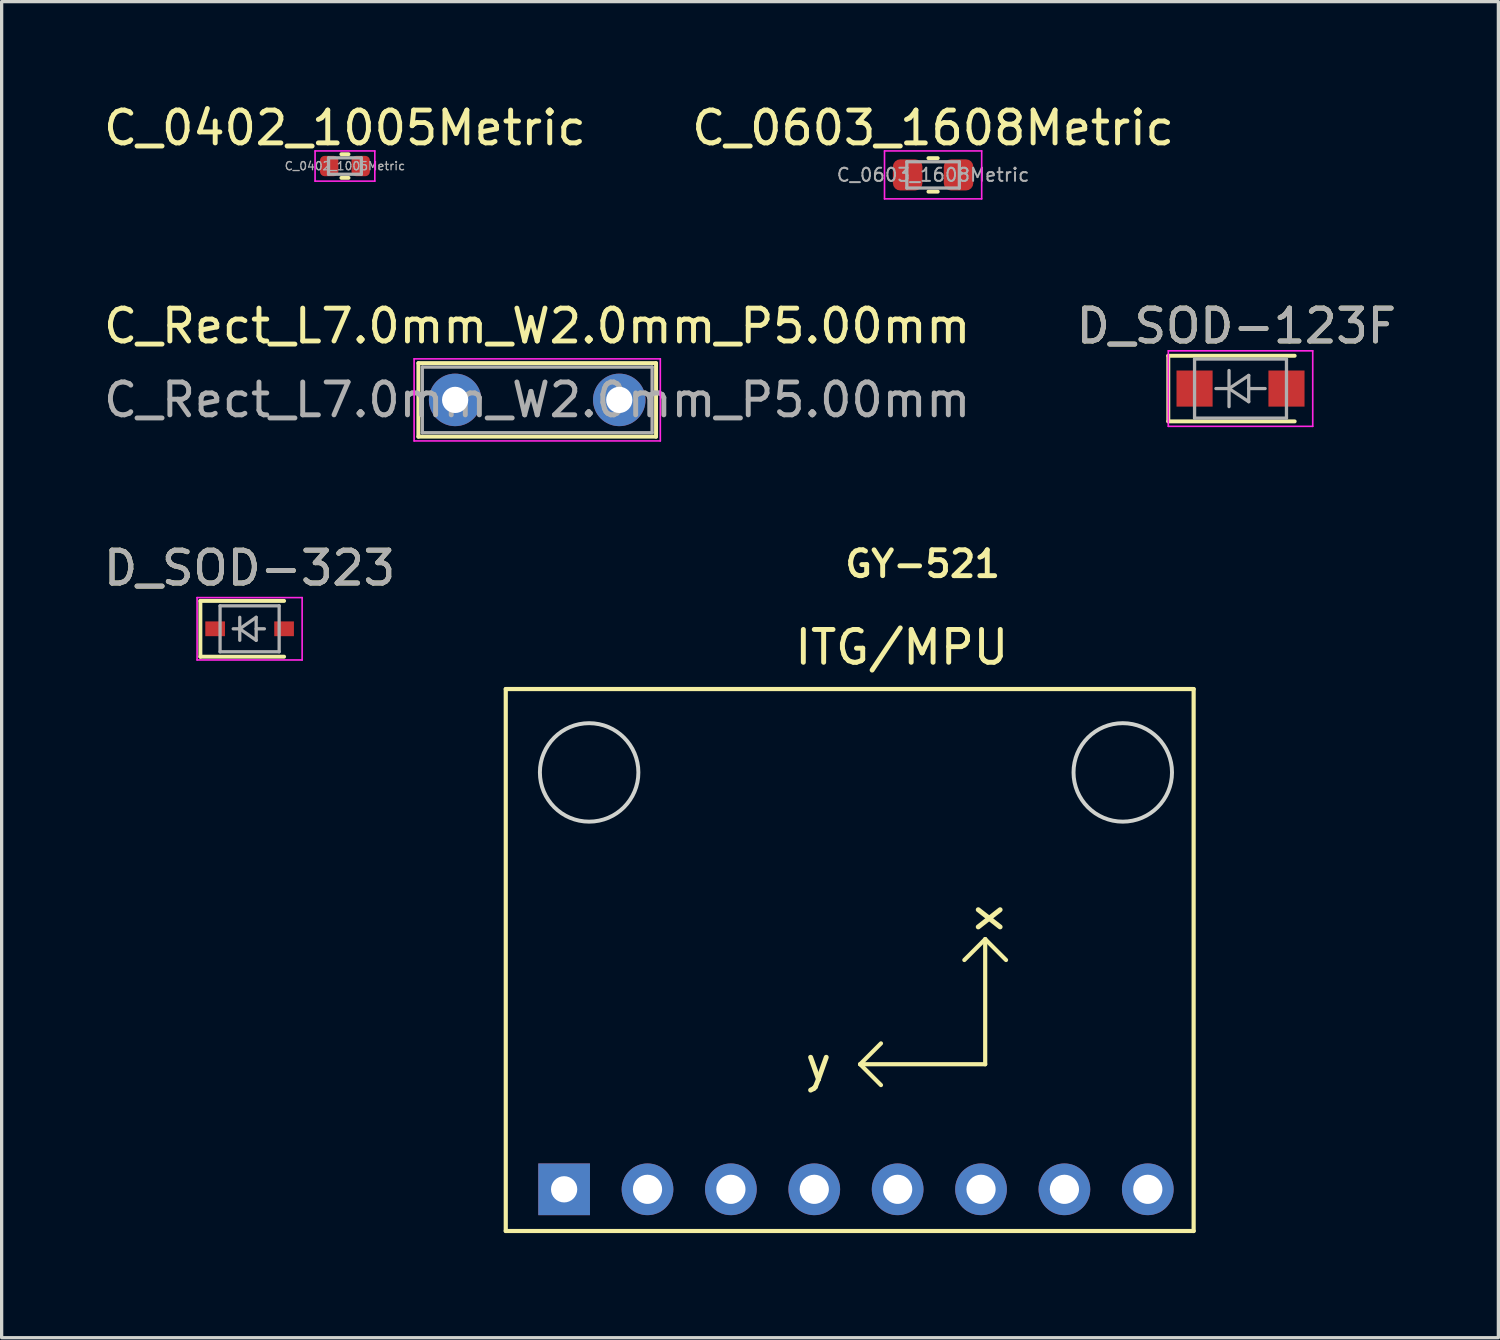
<source format=kicad_pcb>
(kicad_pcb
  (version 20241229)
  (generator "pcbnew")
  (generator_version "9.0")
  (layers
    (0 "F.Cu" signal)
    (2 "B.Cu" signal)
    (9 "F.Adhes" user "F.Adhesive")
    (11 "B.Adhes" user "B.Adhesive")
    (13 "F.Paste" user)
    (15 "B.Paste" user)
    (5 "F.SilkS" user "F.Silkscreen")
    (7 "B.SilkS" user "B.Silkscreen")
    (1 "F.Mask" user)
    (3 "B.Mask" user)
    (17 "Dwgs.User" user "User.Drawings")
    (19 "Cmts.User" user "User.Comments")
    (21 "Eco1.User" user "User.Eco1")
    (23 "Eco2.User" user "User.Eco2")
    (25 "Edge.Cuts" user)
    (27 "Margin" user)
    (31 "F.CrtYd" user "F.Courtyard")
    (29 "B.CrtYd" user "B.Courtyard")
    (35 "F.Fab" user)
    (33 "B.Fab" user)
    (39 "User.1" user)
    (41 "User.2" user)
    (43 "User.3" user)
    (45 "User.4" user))
  (footprint "GY-521"
    (layer "F.Cu")
    (at 12.357 34.45)
    (property "Reference" "GY-521" (at 12.7 -20.32 180) (layer "F.SilkS") (effects (font (size 0.787 0.787) (thickness 0.15))))
    (attr through_hole)
    (fp_line (start 0 -16.51) (end 20.955 -16.51) (stroke (width 0.127) (type solid)) (layer "F.SilkS"))
    (fp_line (start 0 0) (end 0 -16.51) (stroke (width 0.127) (type solid)) (layer "F.SilkS"))
    (fp_line (start 10.795 -5.08) (end 11.43 -5.715) (stroke (width 0.127) (type solid)) (layer "F.SilkS"))
    (fp_line (start 10.795 -5.08) (end 11.43 -4.445) (stroke (width 0.127) (type solid)) (layer "F.SilkS"))
    (fp_line (start 14.605 -8.89) (end 13.97 -8.255) (stroke (width 0.127) (type solid)) (layer "F.SilkS"))
    (fp_line (start 14.605 -8.89) (end 15.24 -8.255) (stroke (width 0.127) (type solid)) (layer "F.SilkS"))
    (fp_line (start 14.605 -5.08) (end 10.795 -5.08) (stroke (width 0.127) (type solid)) (layer "F.SilkS"))
    (fp_line (start 14.605 -5.08) (end 14.605 -8.89) (stroke (width 0.127) (type solid)) (layer "F.SilkS"))
    (fp_line (start 20.955 -16.51) (end 20.955 0) (stroke (width 0.127) (type solid)) (layer "F.SilkS"))
    (fp_line (start 20.955 0) (end 0 0) (stroke (width 0.127) (type solid)) (layer "F.SilkS"))
    (fp_circle (center 2.54 -13.97) (end 4.04 -13.97) (stroke (width 0.12) (type solid)) (fill no) (layer "Edge.Cuts"))
    (fp_circle (center 18.796 -13.97) (end 20.296 -13.97) (stroke (width 0.12) (type solid)) (fill no) (layer "Edge.Cuts"))
    (fp_text user "y" (at 9.525 -5.08 0) (layer "F.SilkS") (effects (font (size 1 1) (thickness 0.15))))
    (fp_text user "x" (at 14.605 -9.525 90) (layer "F.SilkS") (effects (font (size 1 1) (thickness 0.15))))
    (fp_text user "ITG/MPU" (at 12.065 -17.78 180) (layer "F.SilkS") (effects (font (size 1 1) (thickness 0.15))))
    (pad "1" thru_hole rect (at 1.778 -1.27 90) (size 1.575 1.575) (drill 0.8) (layers "*.Cu" "*.Mask"))
    (pad "2" thru_hole circle (at 4.318 -1.27 90) (size 1.575 1.575) (drill 0.889) (layers "*.Cu" "*.Mask"))
    (pad "3" thru_hole circle (at 6.858 -1.27 90) (size 1.575 1.575) (drill 0.889) (layers "*.Cu" "*.Mask"))
    (pad "4" thru_hole circle (at 9.398 -1.27 90) (size 1.575 1.575) (drill 0.889) (layers "*.Cu" "*.Mask"))
    (pad "5" thru_hole circle (at 11.938 -1.27 90) (size 1.575 1.575) (drill 0.889) (layers "*.Cu" "*.Mask"))
    (pad "6" thru_hole circle (at 14.478 -1.27 90) (size 1.575 1.575) (drill 0.889) (layers "*.Cu" "*.Mask"))
    (pad "7" thru_hole circle (at 17.018 -1.27 90) (size 1.575 1.575) (drill 0.889) (layers "*.Cu" "*.Mask"))
    (pad "8" thru_hole circle (at 19.558 -1.27 90) (size 1.575 1.575) (drill 0.889) (layers "*.Cu" "*.Mask")))
  (footprint "D_SOD-123F"
    (layer "F.Cu")
    (at 34.74 8.787)
    (property "Reference" "D_SOD-123F" (at -0.127 -1.905 0) (layer "F.SilkS") (effects (font (size 1 1) (thickness 0.15))))
    (attr smd)
    (fp_line (start -2.2 -1) (end -2.2 1) (stroke (width 0.12) (type solid)) (layer "F.SilkS"))
    (fp_line (start -2.2 -1) (end 1.65 -1) (stroke (width 0.12) (type solid)) (layer "F.SilkS"))
    (fp_line (start -2.2 1) (end 1.65 1) (stroke (width 0.12) (type solid)) (layer "F.SilkS"))
    (fp_line (start -2.2 -1.15) (end -2.2 1.15) (stroke (width 0.05) (type solid)) (layer "F.CrtYd"))
    (fp_line (start -2.2 -1.15) (end 2.2 -1.15) (stroke (width 0.05) (type solid)) (layer "F.CrtYd"))
    (fp_line (start 2.2 -1.15) (end 2.2 1.15) (stroke (width 0.05) (type solid)) (layer "F.CrtYd"))
    (fp_line (start 2.2 1.15) (end -2.2 1.15) (stroke (width 0.05) (type solid)) (layer "F.CrtYd"))
    (fp_line (start -1.4 -0.9) (end 1.4 -0.9) (stroke (width 0.1) (type solid)) (layer "F.Fab"))
    (fp_line (start -1.4 0.9) (end -1.4 -0.9) (stroke (width 0.1) (type solid)) (layer "F.Fab"))
    (fp_line (start -0.75 0) (end -0.35 0) (stroke (width 0.1) (type solid)) (layer "F.Fab"))
    (fp_line (start -0.35 0) (end -0.35 -0.55) (stroke (width 0.1) (type solid)) (layer "F.Fab"))
    (fp_line (start -0.35 0) (end -0.35 0.55) (stroke (width 0.1) (type solid)) (layer "F.Fab"))
    (fp_line (start -0.35 0) (end 0.25 -0.4) (stroke (width 0.1) (type solid)) (layer "F.Fab"))
    (fp_line (start 0.25 -0.4) (end 0.25 0.4) (stroke (width 0.1) (type solid)) (layer "F.Fab"))
    (fp_line (start 0.25 0) (end 0.75 0) (stroke (width 0.1) (type solid)) (layer "F.Fab"))
    (fp_line (start 0.25 0.4) (end -0.35 0) (stroke (width 0.1) (type solid)) (layer "F.Fab"))
    (fp_line (start 1.4 -0.9) (end 1.4 0.9) (stroke (width 0.1) (type solid)) (layer "F.Fab"))
    (fp_line (start 1.4 0.9) (end -1.4 0.9) (stroke (width 0.1) (type solid)) (layer "F.Fab"))
    (fp_text user "${REFERENCE}" (at -0.127 -1.905 0) (layer "F.Fab") (effects (font (size 1 1) (thickness 0.15))))
    (pad "1" smd rect (at -1.4 0) (size 1.1 1.1) (layers "F.Cu" "F.Mask" "F.Paste"))
    (pad "2" smd rect (at 1.4 0) (size 1.1 1.1) (layers "F.Cu" "F.Mask" "F.Paste")))
  (footprint "C_0603_1608Metric"
    (layer "F.Cu")
    (at 25.375 2.278)
    (property "Reference" "C_0603_1608Metric" (at 0 -1.43 0) (layer "F.SilkS") (effects (font (size 1 1) (thickness 0.15))))
    (attr smd)
    (fp_line (start -0.141 -0.51) (end 0.141 -0.51) (stroke (width 0.12) (type solid)) (layer "F.SilkS"))
    (fp_line (start -0.141 0.51) (end 0.141 0.51) (stroke (width 0.12) (type solid)) (layer "F.SilkS"))
    (fp_line (start -1.48 -0.73) (end 1.48 -0.73) (stroke (width 0.05) (type solid)) (layer "F.CrtYd"))
    (fp_line (start -1.48 0.73) (end -1.48 -0.73) (stroke (width 0.05) (type solid)) (layer "F.CrtYd"))
    (fp_line (start 1.48 -0.73) (end 1.48 0.73) (stroke (width 0.05) (type solid)) (layer "F.CrtYd"))
    (fp_line (start 1.48 0.73) (end -1.48 0.73) (stroke (width 0.05) (type solid)) (layer "F.CrtYd"))
    (fp_line (start -0.8 -0.4) (end 0.8 -0.4) (stroke (width 0.1) (type solid)) (layer "F.Fab"))
    (fp_line (start -0.8 0.4) (end -0.8 -0.4) (stroke (width 0.1) (type solid)) (layer "F.Fab"))
    (fp_line (start 0.8 -0.4) (end 0.8 0.4) (stroke (width 0.1) (type solid)) (layer "F.Fab"))
    (fp_line (start 0.8 0.4) (end -0.8 0.4) (stroke (width 0.1) (type solid)) (layer "F.Fab"))
    (fp_text user "${REFERENCE}" (at 0 0 0) (layer "F.Fab") (effects (font (size 0.4 0.4) (thickness 0.06))))
    (pad "1" smd roundrect (at -0.775 0) (size 0.9 0.95) (layers "F.Cu" "F.Mask" "F.Paste") (roundrect_rratio 0.25))
    (pad "2" smd roundrect (at 0.775 0) (size 0.9 0.95) (layers "F.Cu" "F.Mask" "F.Paste") (roundrect_rratio 0.25)))
  (footprint "C_Rect_L7.0mm_W2.0mm_P5.00mm"
    (layer "F.Cu")
    (at 10.815 9.132)
    (property "Reference" "C_Rect_L7.0mm_W2.0mm_P5.00mm" (at 2.5 -2.25 0) (layer "F.SilkS") (effects (font (size 1 1) (thickness 0.15))))
    (attr through_hole)
    (fp_line (start -1.12 -1.12) (end -1.12 1.12) (stroke (width 0.12) (type solid)) (layer "F.SilkS"))
    (fp_line (start -1.12 -1.12) (end 6.12 -1.12) (stroke (width 0.12) (type solid)) (layer "F.SilkS"))
    (fp_line (start -1.12 1.12) (end 6.12 1.12) (stroke (width 0.12) (type solid)) (layer "F.SilkS"))
    (fp_line (start 6.12 -1.12) (end 6.12 1.12) (stroke (width 0.12) (type solid)) (layer "F.SilkS"))
    (fp_line (start -1.25 -1.25) (end -1.25 1.25) (stroke (width 0.05) (type solid)) (layer "F.CrtYd"))
    (fp_line (start -1.25 1.25) (end 6.25 1.25) (stroke (width 0.05) (type solid)) (layer "F.CrtYd"))
    (fp_line (start 6.25 -1.25) (end -1.25 -1.25) (stroke (width 0.05) (type solid)) (layer "F.CrtYd"))
    (fp_line (start 6.25 1.25) (end 6.25 -1.25) (stroke (width 0.05) (type solid)) (layer "F.CrtYd"))
    (fp_line (start -1 -1) (end -1 1) (stroke (width 0.1) (type solid)) (layer "F.Fab"))
    (fp_line (start -1 1) (end 6 1) (stroke (width 0.1) (type solid)) (layer "F.Fab"))
    (fp_line (start 6 -1) (end -1 -1) (stroke (width 0.1) (type solid)) (layer "F.Fab"))
    (fp_line (start 6 1) (end 6 -1) (stroke (width 0.1) (type solid)) (layer "F.Fab"))
    (fp_text user "${REFERENCE}" (at 2.5 0 0) (layer "F.Fab") (effects (font (size 1 1) (thickness 0.15))))
    (pad "1" thru_hole circle (at 0 0) (size 1.6 1.6) (drill 0.8) (layers "*.Cu" "*.Mask"))
    (pad "2" thru_hole circle (at 5 0) (size 1.6 1.6) (drill 0.8) (layers "*.Cu" "*.Mask")))
  (footprint "D_SOD-323"
    (layer "F.Cu")
    (at 4.554 16.105)
    (property "Reference" "D_SOD-323" (at 0 -1.85 0) (layer "F.SilkS") (effects (font (size 1 1) (thickness 0.15))))
    (attr smd)
    (fp_line (start -1.5 -0.85) (end -1.5 0.85) (stroke (width 0.12) (type solid)) (layer "F.SilkS"))
    (fp_line (start -1.5 -0.85) (end 1.05 -0.85) (stroke (width 0.12) (type solid)) (layer "F.SilkS"))
    (fp_line (start -1.5 0.85) (end 1.05 0.85) (stroke (width 0.12) (type solid)) (layer "F.SilkS"))
    (fp_line (start -1.6 -0.95) (end -1.6 0.95) (stroke (width 0.05) (type solid)) (layer "F.CrtYd"))
    (fp_line (start -1.6 -0.95) (end 1.6 -0.95) (stroke (width 0.05) (type solid)) (layer "F.CrtYd"))
    (fp_line (start -1.6 0.95) (end 1.6 0.95) (stroke (width 0.05) (type solid)) (layer "F.CrtYd"))
    (fp_line (start 1.6 -0.95) (end 1.6 0.95) (stroke (width 0.05) (type solid)) (layer "F.CrtYd"))
    (fp_line (start -0.9 -0.7) (end 0.9 -0.7) (stroke (width 0.1) (type solid)) (layer "F.Fab"))
    (fp_line (start -0.9 0.7) (end -0.9 -0.7) (stroke (width 0.1) (type solid)) (layer "F.Fab"))
    (fp_line (start -0.3 -0.35) (end -0.3 0.35) (stroke (width 0.1) (type solid)) (layer "F.Fab"))
    (fp_line (start -0.3 0) (end -0.5 0) (stroke (width 0.1) (type solid)) (layer "F.Fab"))
    (fp_line (start -0.3 0) (end 0.2 -0.35) (stroke (width 0.1) (type solid)) (layer "F.Fab"))
    (fp_line (start 0.2 -0.35) (end 0.2 0.35) (stroke (width 0.1) (type solid)) (layer "F.Fab"))
    (fp_line (start 0.2 0) (end 0.45 0) (stroke (width 0.1) (type solid)) (layer "F.Fab"))
    (fp_line (start 0.2 0.35) (end -0.3 0) (stroke (width 0.1) (type solid)) (layer "F.Fab"))
    (fp_line (start 0.9 -0.7) (end 0.9 0.7) (stroke (width 0.1) (type solid)) (layer "F.Fab"))
    (fp_line (start 0.9 0.7) (end -0.9 0.7) (stroke (width 0.1) (type solid)) (layer "F.Fab"))
    (fp_text user "${REFERENCE}" (at 0 -1.85 0) (layer "F.Fab") (effects (font (size 1 1) (thickness 0.15))))
    (pad "1" smd rect (at -1.05 0) (size 0.6 0.45) (layers "F.Cu" "F.Mask" "F.Paste"))
    (pad "2" smd rect (at 1.05 0) (size 0.6 0.45) (layers "F.Cu" "F.Mask" "F.Paste")))
  (footprint "C_0402_1005Metric"
    (layer "F.Cu")
    (at 7.458 2.008)
    (property "Reference" "C_0402_1005Metric" (at 0 -1.16 0) (layer "F.SilkS") (effects (font (size 1 1) (thickness 0.15))))
    (attr smd)
    (fp_line (start -0.108 -0.36) (end 0.108 -0.36) (stroke (width 0.12) (type solid)) (layer "F.SilkS"))
    (fp_line (start -0.108 0.36) (end 0.108 0.36) (stroke (width 0.12) (type solid)) (layer "F.SilkS"))
    (fp_line (start -0.91 -0.46) (end 0.91 -0.46) (stroke (width 0.05) (type solid)) (layer "F.CrtYd"))
    (fp_line (start -0.91 0.46) (end -0.91 -0.46) (stroke (width 0.05) (type solid)) (layer "F.CrtYd"))
    (fp_line (start 0.91 -0.46) (end 0.91 0.46) (stroke (width 0.05) (type solid)) (layer "F.CrtYd"))
    (fp_line (start 0.91 0.46) (end -0.91 0.46) (stroke (width 0.05) (type solid)) (layer "F.CrtYd"))
    (fp_line (start -0.5 -0.25) (end 0.5 -0.25) (stroke (width 0.1) (type solid)) (layer "F.Fab"))
    (fp_line (start -0.5 0.25) (end -0.5 -0.25) (stroke (width 0.1) (type solid)) (layer "F.Fab"))
    (fp_line (start 0.5 -0.25) (end 0.5 0.25) (stroke (width 0.1) (type solid)) (layer "F.Fab"))
    (fp_line (start 0.5 0.25) (end -0.5 0.25) (stroke (width 0.1) (type solid)) (layer "F.Fab"))
    (fp_text user "${REFERENCE}" (at 0 0 0) (layer "F.Fab") (effects (font (size 0.25 0.25) (thickness 0.04))))
    (pad "1" smd roundrect (at -0.48 0) (size 0.56 0.62) (layers "F.Cu" "F.Mask" "F.Paste") (roundrect_rratio 0.25))
    (pad "2" smd roundrect (at 0.48 0) (size 0.56 0.62) (layers "F.Cu" "F.Mask" "F.Paste") (roundrect_rratio 0.25)))
  (gr_rect
    (start -3 -3)
    (end 42.595 37.7)
    (stroke (width 0.1) (type default))
    (fill no)
    (layer "Edge.Cuts")))
</source>
